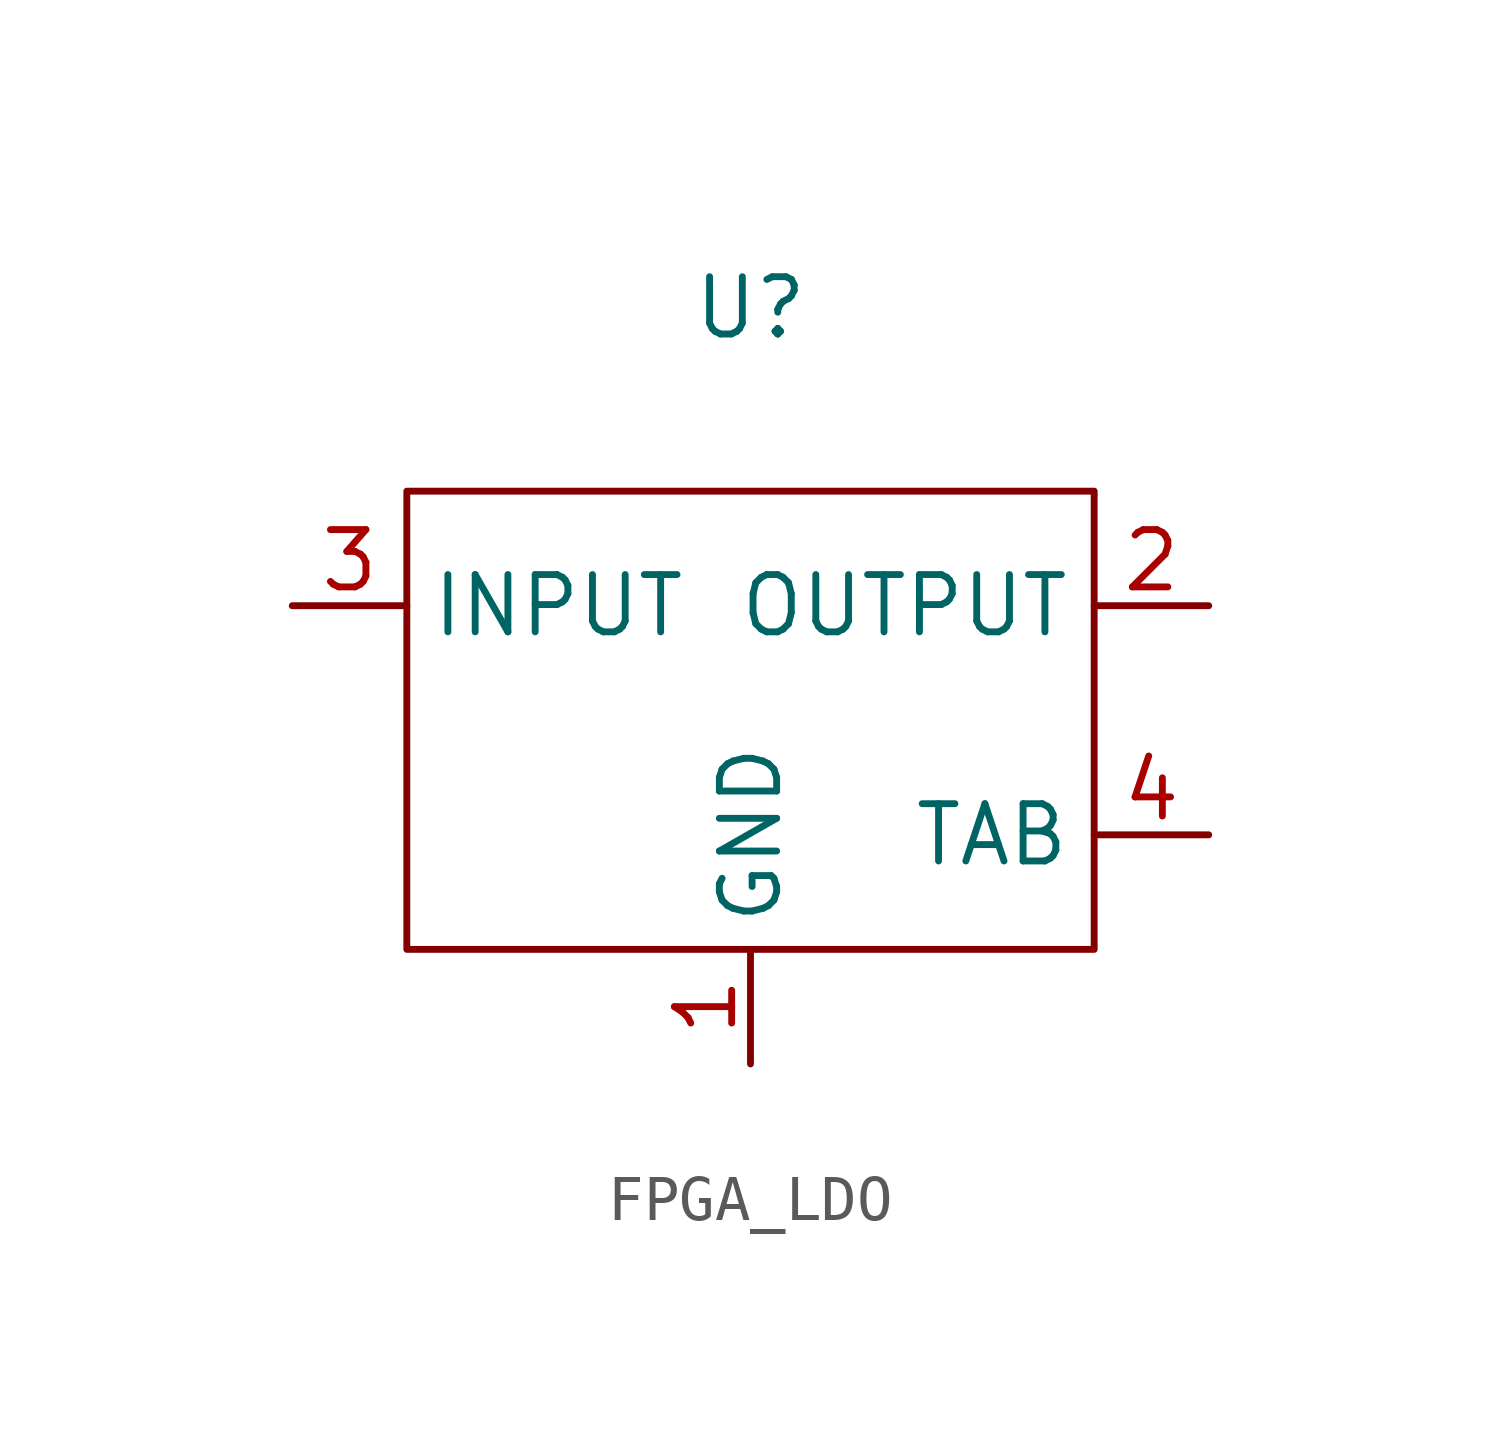
<source format=kicad_sym>
(kicad_symbol_lib
  (version 20241209)
  (generator "kicad_symbol_editor")
  (generator_version "9.0")
  (symbol "FPGA_LDO"
    (property "Reference" "U"
      (at 0 4.064 0)
      (effects (font (size 1.27 1.27))))
    (property "Value" ""
      (at 0 0 0)
      (effects (font (size 1.27 1.27))))
    (symbol "FPGA_LDO_0_1"
      (rectangle (start -7.62 0) (end 7.62 -10.16) (stroke (width 0) (type default)) (fill (type none))))
    (symbol "FPGA_LDO_1_1"
      (pin power_in line (at -10.16 -2.54 0) (length 2.54) (name "INPUT" (effects (font (size 1.27 1.27)))) (number "3" (effects (font (size 1.27 1.27)))))
      (pin power_in line (at 0 -12.7 90) (length 2.54) (name "GND" (effects (font (size 1.27 1.27)))) (number "1" (effects (font (size 1.27 1.27)))))
      (pin power_out line (at 10.16 -2.54 180) (length 2.54) (name "OUTPUT" (effects (font (size 1.27 1.27)))) (number "2" (effects (font (size 1.27 1.27)))))
      (pin passive line (at 10.16 -7.62 180) (length 2.54) (name "TAB" (effects (font (size 1.27 1.27)))) (number "4" (effects (font (size 1.27 1.27))))))))
</source>
